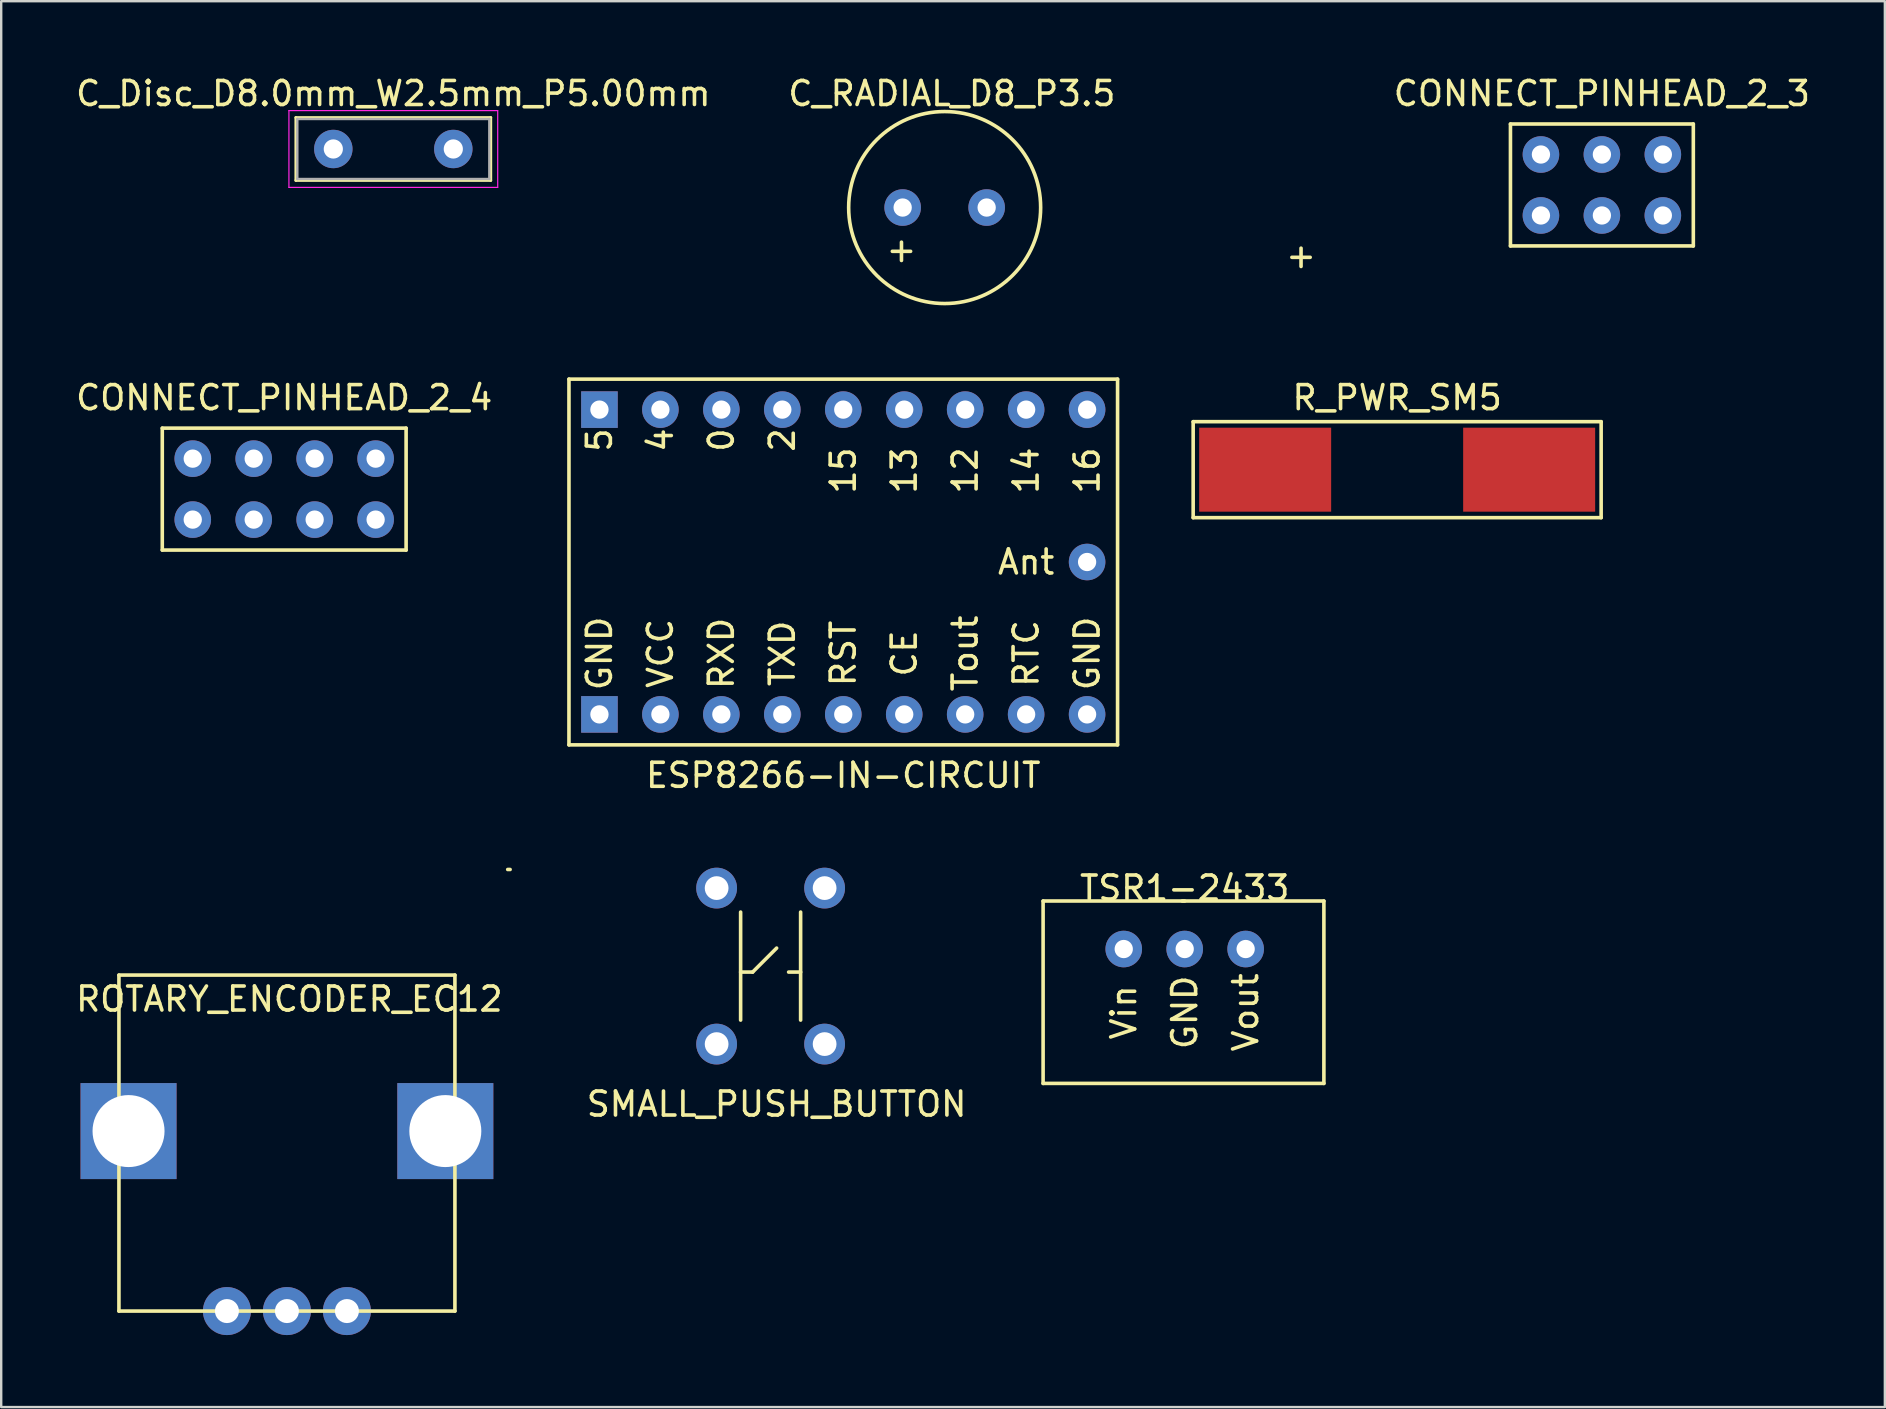
<source format=kicad_pcb>
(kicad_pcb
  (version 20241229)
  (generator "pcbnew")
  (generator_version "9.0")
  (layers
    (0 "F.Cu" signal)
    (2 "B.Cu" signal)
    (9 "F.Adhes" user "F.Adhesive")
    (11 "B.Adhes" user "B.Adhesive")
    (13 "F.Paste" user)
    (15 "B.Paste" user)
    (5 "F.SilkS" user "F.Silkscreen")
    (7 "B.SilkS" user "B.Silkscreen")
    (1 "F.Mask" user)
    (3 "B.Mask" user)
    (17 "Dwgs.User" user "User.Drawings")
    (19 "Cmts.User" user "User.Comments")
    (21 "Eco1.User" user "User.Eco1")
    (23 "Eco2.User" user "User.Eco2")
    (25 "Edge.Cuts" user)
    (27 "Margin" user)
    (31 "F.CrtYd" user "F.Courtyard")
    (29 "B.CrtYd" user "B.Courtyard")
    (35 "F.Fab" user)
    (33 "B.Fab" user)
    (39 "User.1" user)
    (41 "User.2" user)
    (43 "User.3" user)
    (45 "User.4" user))
  (footprint "SMALL_PUSH_BUTTON"
    (layer "F.Cu")
    (at 28.811 37.456)
    (property "Reference" "SMALL_PUSH_BUTTON" (at 0.5 5.5 0) (layer "F.SilkS") (effects (font (size 1 1) (thickness 0.15))))
    (attr through_hole)
    (fp_line (start -1 -2.5) (end -1 2) (stroke (width 0.15) (type solid)) (layer "F.SilkS"))
    (fp_line (start -1 0) (end -0.5 0) (stroke (width 0.15) (type solid)) (layer "F.SilkS"))
    (fp_line (start -0.5 0) (end 0.5 -1) (stroke (width 0.15) (type solid)) (layer "F.SilkS"))
    (fp_line (start 1.5 -2.5) (end 1.5 2) (stroke (width 0.15) (type solid)) (layer "F.SilkS"))
    (fp_line (start 1.5 0) (end 1 0) (stroke (width 0.15) (type solid)) (layer "F.SilkS"))
    (pad "1" thru_hole circle (at 2.5 -3.5 90) (size 1.7 1.7) (drill 0.99) (layers "*.Cu" "*.Mask"))
    (pad "2" thru_hole circle (at 2.5 3 90) (size 1.7 1.7) (drill 0.99) (layers "*.Cu" "*.Mask"))
    (pad "3" thru_hole circle (at -2 -3.5 90) (size 1.7 1.7) (drill 0.99) (layers "*.Cu" "*.Mask"))
    (pad "4" thru_hole circle (at -2 3 90) (size 1.7 1.7) (drill 0.99) (layers "*.Cu" "*.Mask")))
  (footprint "ROTARY_ENCODER_EC12"
    (layer "F.Cu")
    (at 8.906 51.581)
    (property "Reference" "ROTARY_ENCODER_EC12" (at 0.1 -13 0) (layer "F.SilkS") (effects (font (size 1 1) (thickness 0.15))))
    (attr through_hole)
    (fp_line (start -7 -14) (end 7 -14) (stroke (width 0.15) (type solid)) (layer "F.SilkS"))
    (fp_line (start -7 0) (end -7 -14) (stroke (width 0.15) (type solid)) (layer "F.SilkS"))
    (fp_line (start -7 0) (end 7 0) (stroke (width 0.15) (type solid)) (layer "F.SilkS"))
    (fp_line (start 7 0) (end 7 -14) (stroke (width 0.15) (type solid)) (layer "F.SilkS"))
    (fp_line (start 9.3 -18.4) (end 9.2 -18.4) (stroke (width 0.15) (type solid)) (layer "F.SilkS"))
    (pad "" thru_hole rect (at -6.6 -7.5) (size 4 4) (drill 3) (layers "*.Cu" "*.Mask"))
    (pad "" thru_hole rect (at 6.6 -7.5) (size 4 4) (drill 3) (layers "*.Cu" "*.Mask"))
    (pad "A" thru_hole circle (at -2.5 0) (size 2 2) (drill 1) (layers "*.Cu" "*.Mask"))
    (pad "B" thru_hole circle (at 2.5 0) (size 2 2) (drill 1) (layers "*.Cu" "*.Mask"))
    (pad "C" thru_hole circle (at 0 0) (size 2 2) (drill 1) (layers "*.Cu" "*.Mask")))
  (footprint "ESP8266-IN-CIRCUIT"
    (layer "F.Cu")
    (at 32.088 20.368)
    (property "Reference" "ESP8266-IN-CIRCUIT" (at 0 8.89 0) (layer "F.SilkS") (effects (font (size 1 1) (thickness 0.15))))
    (attr through_hole)
    (fp_line (start -11.43 -7.62) (end -11.43 7.62) (stroke (width 0.15) (type solid)) (layer "F.SilkS"))
    (fp_line (start -11.43 -7.62) (end 11.43 -7.62) (stroke (width 0.15) (type solid)) (layer "F.SilkS"))
    (fp_line (start 11.43 7.62) (end -11.43 7.62) (stroke (width 0.15) (type solid)) (layer "F.SilkS"))
    (fp_line (start 11.43 7.62) (end 11.43 -7.62) (stroke (width 0.15) (type solid)) (layer "F.SilkS"))
    (fp_text user "4" (at -7.62 -5.08 90) (layer "F.SilkS") (effects (font (size 1 1) (thickness 0.15))))
    (fp_text user "Tout" (at 5.08 3.81 90) (layer "F.SilkS") (effects (font (size 1 1) (thickness 0.15))))
    (fp_text user "13" (at 2.54 -3.81 90) (layer "F.SilkS") (effects (font (size 1 1) (thickness 0.15))))
    (fp_text user "RST" (at 0 3.81 90) (layer "F.SilkS") (effects (font (size 1 1) (thickness 0.15))))
    (fp_text user "GND" (at -10.16 3.81 90) (layer "F.SilkS") (effects (font (size 1 1) (thickness 0.15))))
    (fp_text user "TXD" (at -2.54 3.81 90) (layer "F.SilkS") (effects (font (size 1 1) (thickness 0.15))))
    (fp_text user "0" (at -5.08 -5.08 90) (layer "F.SilkS") (effects (font (size 1 1) (thickness 0.15))))
    (fp_text user "RXD" (at -5.08 3.81 90) (layer "F.SilkS") (effects (font (size 1 1) (thickness 0.15))))
    (fp_text user "Ant" (at 7.62 0 0) (layer "F.SilkS") (effects (font (size 1 1) (thickness 0.15))))
    (fp_text user "2" (at -2.54 -5.08 90) (layer "F.SilkS") (effects (font (size 1 1) (thickness 0.15))))
    (fp_text user "15" (at 0 -3.81 270) (layer "F.SilkS") (effects (font (size 1 1) (thickness 0.15))))
    (fp_text user "12" (at 5.08 -3.81 90) (layer "F.SilkS") (effects (font (size 1 1) (thickness 0.15))))
    (fp_text user "16" (at 10.16 -3.81 90) (layer "F.SilkS") (effects (font (size 1 1) (thickness 0.15))))
    (fp_text user "CE" (at 2.54 3.81 90) (layer "F.SilkS") (effects (font (size 1 1) (thickness 0.15))))
    (fp_text user "VCC" (at -7.62 3.81 90) (layer "F.SilkS") (effects (font (size 1 1) (thickness 0.15))))
    (fp_text user "5" (at -10.16 -5.08 90) (layer "F.SilkS") (effects (font (size 1 1) (thickness 0.15))))
    (fp_text user "RTC" (at 7.62 3.81 90) (layer "F.SilkS") (effects (font (size 1 1) (thickness 0.15))))
    (fp_text user "GND" (at 10.16 3.81 90) (layer "F.SilkS") (effects (font (size 1 1) (thickness 0.15))))
    (fp_text user "14" (at 7.62 -3.81 90) (layer "F.SilkS") (effects (font (size 1 1) (thickness 0.15))))
    (pad "1" thru_hole rect (at -10.16 6.35) (size 1.524 1.524) (drill 0.762) (layers "*.Cu" "*.Mask"))
    (pad "2" thru_hole circle (at -7.62 6.35) (size 1.524 1.524) (drill 0.762) (layers "*.Cu" "*.Mask"))
    (pad "3" thru_hole circle (at -5.08 6.35) (size 1.524 1.524) (drill 0.762) (layers "*.Cu" "*.Mask"))
    (pad "4" thru_hole circle (at -2.54 6.35) (size 1.524 1.524) (drill 0.762) (layers "*.Cu" "*.Mask"))
    (pad "5" thru_hole circle (at 0 6.35) (size 1.524 1.524) (drill 0.762) (layers "*.Cu" "*.Mask"))
    (pad "6" thru_hole circle (at 2.54 6.35) (size 1.524 1.524) (drill 0.762) (layers "*.Cu" "*.Mask"))
    (pad "7" thru_hole circle (at 5.08 6.35) (size 1.524 1.524) (drill 0.762) (layers "*.Cu" "*.Mask"))
    (pad "8" thru_hole circle (at 7.62 6.35) (size 1.524 1.524) (drill 0.762) (layers "*.Cu" "*.Mask"))
    (pad "9" thru_hole circle (at 10.16 6.35) (size 1.524 1.524) (drill 0.762) (layers "*.Cu" "*.Mask"))
    (pad "10" thru_hole circle (at 10.16 -6.35) (size 1.524 1.524) (drill 0.762) (layers "*.Cu" "*.Mask"))
    (pad "11" thru_hole circle (at 7.62 -6.35) (size 1.524 1.524) (drill 0.762) (layers "*.Cu" "*.Mask"))
    (pad "12" thru_hole circle (at 5.08 -6.35) (size 1.524 1.524) (drill 0.762) (layers "*.Cu" "*.Mask"))
    (pad "13" thru_hole circle (at 2.54 -6.35) (size 1.524 1.524) (drill 0.762) (layers "*.Cu" "*.Mask"))
    (pad "14" thru_hole circle (at 0 -6.35) (size 1.524 1.524) (drill 0.762) (layers "*.Cu" "*.Mask"))
    (pad "15" thru_hole circle (at -2.54 -6.35) (size 1.524 1.524) (drill 0.762) (layers "*.Cu" "*.Mask"))
    (pad "16" thru_hole circle (at -5.08 -6.35) (size 1.524 1.524) (drill 0.762) (layers "*.Cu" "*.Mask"))
    (pad "17" thru_hole circle (at -7.62 -6.35) (size 1.524 1.524) (drill 0.762) (layers "*.Cu" "*.Mask"))
    (pad "18" thru_hole rect (at -10.16 -6.35) (size 1.524 1.524) (drill 0.762) (layers "*.Cu" "*.Mask"))
    (pad "19" thru_hole circle (at 10.16 0) (size 1.524 1.524) (drill 0.762) (layers "*.Cu" "*.Mask")))
  (footprint "C_RADIAL_D8_P3.5"
    (layer "F.Cu")
    (at 34.563 5.598)
    (property "Reference" "C_RADIAL_D8_P3.5" (at 2.05 -4.75 0) (layer "F.SilkS") (effects (font (size 1 1) (thickness 0.15))))
    (attr through_hole)
    (fp_circle (center 1.75 0) (end 5.75 0) (stroke (width 0.15) (type solid)) (fill no) (layer "F.SilkS"))
    (fp_text user "+" (at -0.05 1.75 0) (layer "F.SilkS") (effects (font (size 1 1) (thickness 0.15))))
    (fp_text user "+" (at 16.6 2 0) (layer "F.SilkS") (effects (font (size 1 1) (thickness 0.15))))
    (pad "1" thru_hole circle (at 0 0) (size 1.524 1.524) (drill 0.762) (layers "*.Cu" "*.Mask"))
    (pad "2" thru_hole circle (at 3.5 0) (size 1.524 1.524) (drill 0.762) (layers "*.Cu" "*.Mask")))
  (footprint "CONNECT_PINHEAD_2_4"
    (layer "F.Cu")
    (at 4.982 16.061)
    (property "Reference" "CONNECT_PINHEAD_2_4" (at 3.81 -2.54 180) (layer "F.SilkS") (effects (font (size 1 1) (thickness 0.15))))
    (attr through_hole)
    (fp_line (start -1.27 -1.27) (end -1.27 3.81) (stroke (width 0.15) (type solid)) (layer "F.SilkS"))
    (fp_line (start -1.27 3.81) (end 8.89 3.81) (stroke (width 0.15) (type solid)) (layer "F.SilkS"))
    (fp_line (start 8.89 -1.27) (end -1.27 -1.27) (stroke (width 0.15) (type solid)) (layer "F.SilkS"))
    (fp_line (start 8.89 3.81) (end 8.89 -1.27) (stroke (width 0.15) (type solid)) (layer "F.SilkS"))
    (pad "1" thru_hole circle (at 0 0) (size 1.524 1.524) (drill 0.762) (layers "*.Cu" "*.Mask"))
    (pad "2" thru_hole circle (at 0 2.54) (size 1.524 1.524) (drill 0.762) (layers "*.Cu" "*.Mask"))
    (pad "3" thru_hole circle (at 2.54 0) (size 1.524 1.524) (drill 0.762) (layers "*.Cu" "*.Mask"))
    (pad "4" thru_hole circle (at 2.54 2.54) (size 1.524 1.524) (drill 0.762) (layers "*.Cu" "*.Mask"))
    (pad "5" thru_hole circle (at 5.08 0) (size 1.524 1.524) (drill 0.762) (layers "*.Cu" "*.Mask"))
    (pad "6" thru_hole circle (at 5.08 2.54) (size 1.524 1.524) (drill 0.762) (layers "*.Cu" "*.Mask"))
    (pad "8" thru_hole circle (at 7.62 2.54) (size 1.524 1.524) (drill 0.762) (layers "*.Cu" "*.Mask"))
    (pad "9" thru_hole circle (at 7.62 0) (size 1.524 1.524) (drill 0.762) (layers "*.Cu" "*.Mask")))
  (footprint "CONNECT_PINHEAD_2_3"
    (layer "F.Cu")
    (at 61.159 3.388)
    (property "Reference" "CONNECT_PINHEAD_2_3" (at 2.54 -2.54 0) (layer "F.SilkS") (effects (font (size 1 1) (thickness 0.15))))
    (attr through_hole)
    (fp_line (start -1.27 -1.27) (end 6.35 -1.27) (stroke (width 0.15) (type solid)) (layer "F.SilkS"))
    (fp_line (start -1.27 3.81) (end -1.27 -1.27) (stroke (width 0.15) (type solid)) (layer "F.SilkS"))
    (fp_line (start 6.35 -1.27) (end 6.35 3.81) (stroke (width 0.15) (type solid)) (layer "F.SilkS"))
    (fp_line (start 6.35 3.81) (end -1.27 3.81) (stroke (width 0.15) (type solid)) (layer "F.SilkS"))
    (pad "1" thru_hole circle (at 0 0) (size 1.524 1.524) (drill 0.762) (layers "*.Cu" "*.Mask"))
    (pad "2" thru_hole circle (at 0 2.54) (size 1.524 1.524) (drill 0.762) (layers "*.Cu" "*.Mask"))
    (pad "3" thru_hole circle (at 2.54 0) (size 1.524 1.524) (drill 0.762) (layers "*.Cu" "*.Mask"))
    (pad "4" thru_hole circle (at 2.54 2.54) (size 1.524 1.524) (drill 0.762) (layers "*.Cu" "*.Mask"))
    (pad "5" thru_hole circle (at 5.08 0) (size 1.524 1.524) (drill 0.762) (layers "*.Cu" "*.Mask"))
    (pad "6" thru_hole circle (at 5.08 2.54) (size 1.524 1.524) (drill 0.762) (layers "*.Cu" "*.Mask")))
  (footprint "C_Disc_D8.0mm_W2.5mm_P5.00mm"
    (layer "F.Cu")
    (at 10.839 3.158)
    (property "Reference" "C_Disc_D8.0mm_W2.5mm_P5.00mm" (at 2.5 -2.31 0) (layer "F.SilkS") (effects (font (size 1 1) (thickness 0.15))))
    (attr through_hole)
    (fp_line (start -1.56 -1.31) (end -1.56 1.31) (stroke (width 0.12) (type solid)) (layer "F.SilkS"))
    (fp_line (start -1.56 -1.31) (end 6.56 -1.31) (stroke (width 0.12) (type solid)) (layer "F.SilkS"))
    (fp_line (start -1.56 1.31) (end 6.56 1.31) (stroke (width 0.12) (type solid)) (layer "F.SilkS"))
    (fp_line (start 6.56 -1.31) (end 6.56 1.31) (stroke (width 0.12) (type solid)) (layer "F.SilkS"))
    (fp_line (start -1.85 -1.6) (end -1.85 1.6) (stroke (width 0.05) (type solid)) (layer "F.CrtYd"))
    (fp_line (start -1.85 1.6) (end 6.85 1.6) (stroke (width 0.05) (type solid)) (layer "F.CrtYd"))
    (fp_line (start 6.85 -1.6) (end -1.85 -1.6) (stroke (width 0.05) (type solid)) (layer "F.CrtYd"))
    (fp_line (start 6.85 1.6) (end 6.85 -1.6) (stroke (width 0.05) (type solid)) (layer "F.CrtYd"))
    (fp_line (start -1.5 -1.25) (end -1.5 1.25) (stroke (width 0.1) (type solid)) (layer "F.Fab"))
    (fp_line (start -1.5 1.25) (end 6.5 1.25) (stroke (width 0.1) (type solid)) (layer "F.Fab"))
    (fp_line (start 6.5 -1.25) (end -1.5 -1.25) (stroke (width 0.1) (type solid)) (layer "F.Fab"))
    (fp_line (start 6.5 1.25) (end 6.5 -1.25) (stroke (width 0.1) (type solid)) (layer "F.Fab"))
    (pad "1" thru_hole circle (at 0 0) (size 1.6 1.6) (drill 0.8) (layers "*.Cu" "*.Mask"))
    (pad "2" thru_hole circle (at 5 0) (size 1.6 1.6) (drill 0.8) (layers "*.Cu" "*.Mask")))
  (footprint "R_PWR_SM5"
    (layer "F.Cu")
    (at 55.168 16.521)
    (property "Reference" "R_PWR_SM5" (at 0 -3 0) (layer "F.SilkS") (effects (font (size 1 1) (thickness 0.15))))
    (attr through_hole)
    (fp_line (start -8.5 -2) (end 8.5 -2) (stroke (width 0.15) (type solid)) (layer "F.SilkS"))
    (fp_line (start -8.5 2) (end -8.5 -2) (stroke (width 0.15) (type solid)) (layer "F.SilkS"))
    (fp_line (start 8.5 -2) (end 8.5 2) (stroke (width 0.15) (type solid)) (layer "F.SilkS"))
    (fp_line (start 8.5 2) (end -8.5 2) (stroke (width 0.15) (type solid)) (layer "F.SilkS"))
    (pad "1" smd rect (at -5.5 0) (size 5.5 3.5) (layers "F.Cu" "F.Mask" "F.Paste"))
    (pad "2" smd rect (at 5.5 0) (size 5.5 3.5) (layers "F.Cu" "F.Mask" "F.Paste")))
  (footprint "TSR1-2433"
    (layer "F.Cu")
    (at 46.315 36.495)
    (property "Reference" "TSR1-2433" (at 0 -2.54 0) (layer "F.SilkS") (effects (font (size 1 1) (thickness 0.15))))
    (attr through_hole)
    (fp_line (start -5.9 -2) (end -5.9 5.6) (stroke (width 0.15) (type solid)) (layer "F.SilkS"))
    (fp_line (start -5.9 5.6) (end 5.8 5.6) (stroke (width 0.15) (type solid)) (layer "F.SilkS"))
    (fp_line (start -0.1 -2) (end 5.8 -2) (stroke (width 0.15) (type solid)) (layer "F.SilkS"))
    (fp_line (start 0 -2) (end -5.9 -2) (stroke (width 0.15) (type solid)) (layer "F.SilkS"))
    (fp_line (start 5.8 -2) (end 5.8 5.6) (stroke (width 0.15) (type solid)) (layer "F.SilkS"))
    (fp_text user "Vin" (at -2.54 2.64 90) (layer "F.SilkS") (effects (font (size 1 1) (thickness 0.15))))
    (fp_text user "Vout" (at 2.54 2.64 90) (layer "F.SilkS") (effects (font (size 1 1) (thickness 0.15))))
    (fp_text user "GND" (at 0 2.64 90) (layer "F.SilkS") (effects (font (size 1 1) (thickness 0.15))))
    (pad "1" thru_hole circle (at -2.54 0) (size 1.524 1.524) (drill 0.762) (layers "*.Cu" "*.Mask"))
    (pad "2" thru_hole circle (at 0 0) (size 1.524 1.524) (drill 0.762) (layers "*.Cu" "*.Mask"))
    (pad "3" thru_hole circle (at 2.54 0) (size 1.524 1.524) (drill 0.762) (layers "*.Cu" "*.Mask")))
  (gr_rect
    (start -3 -3)
    (end 75.49 55.581)
    (stroke (width 0.1) (type default))
    (fill no)
    (layer "Edge.Cuts")))
</source>
